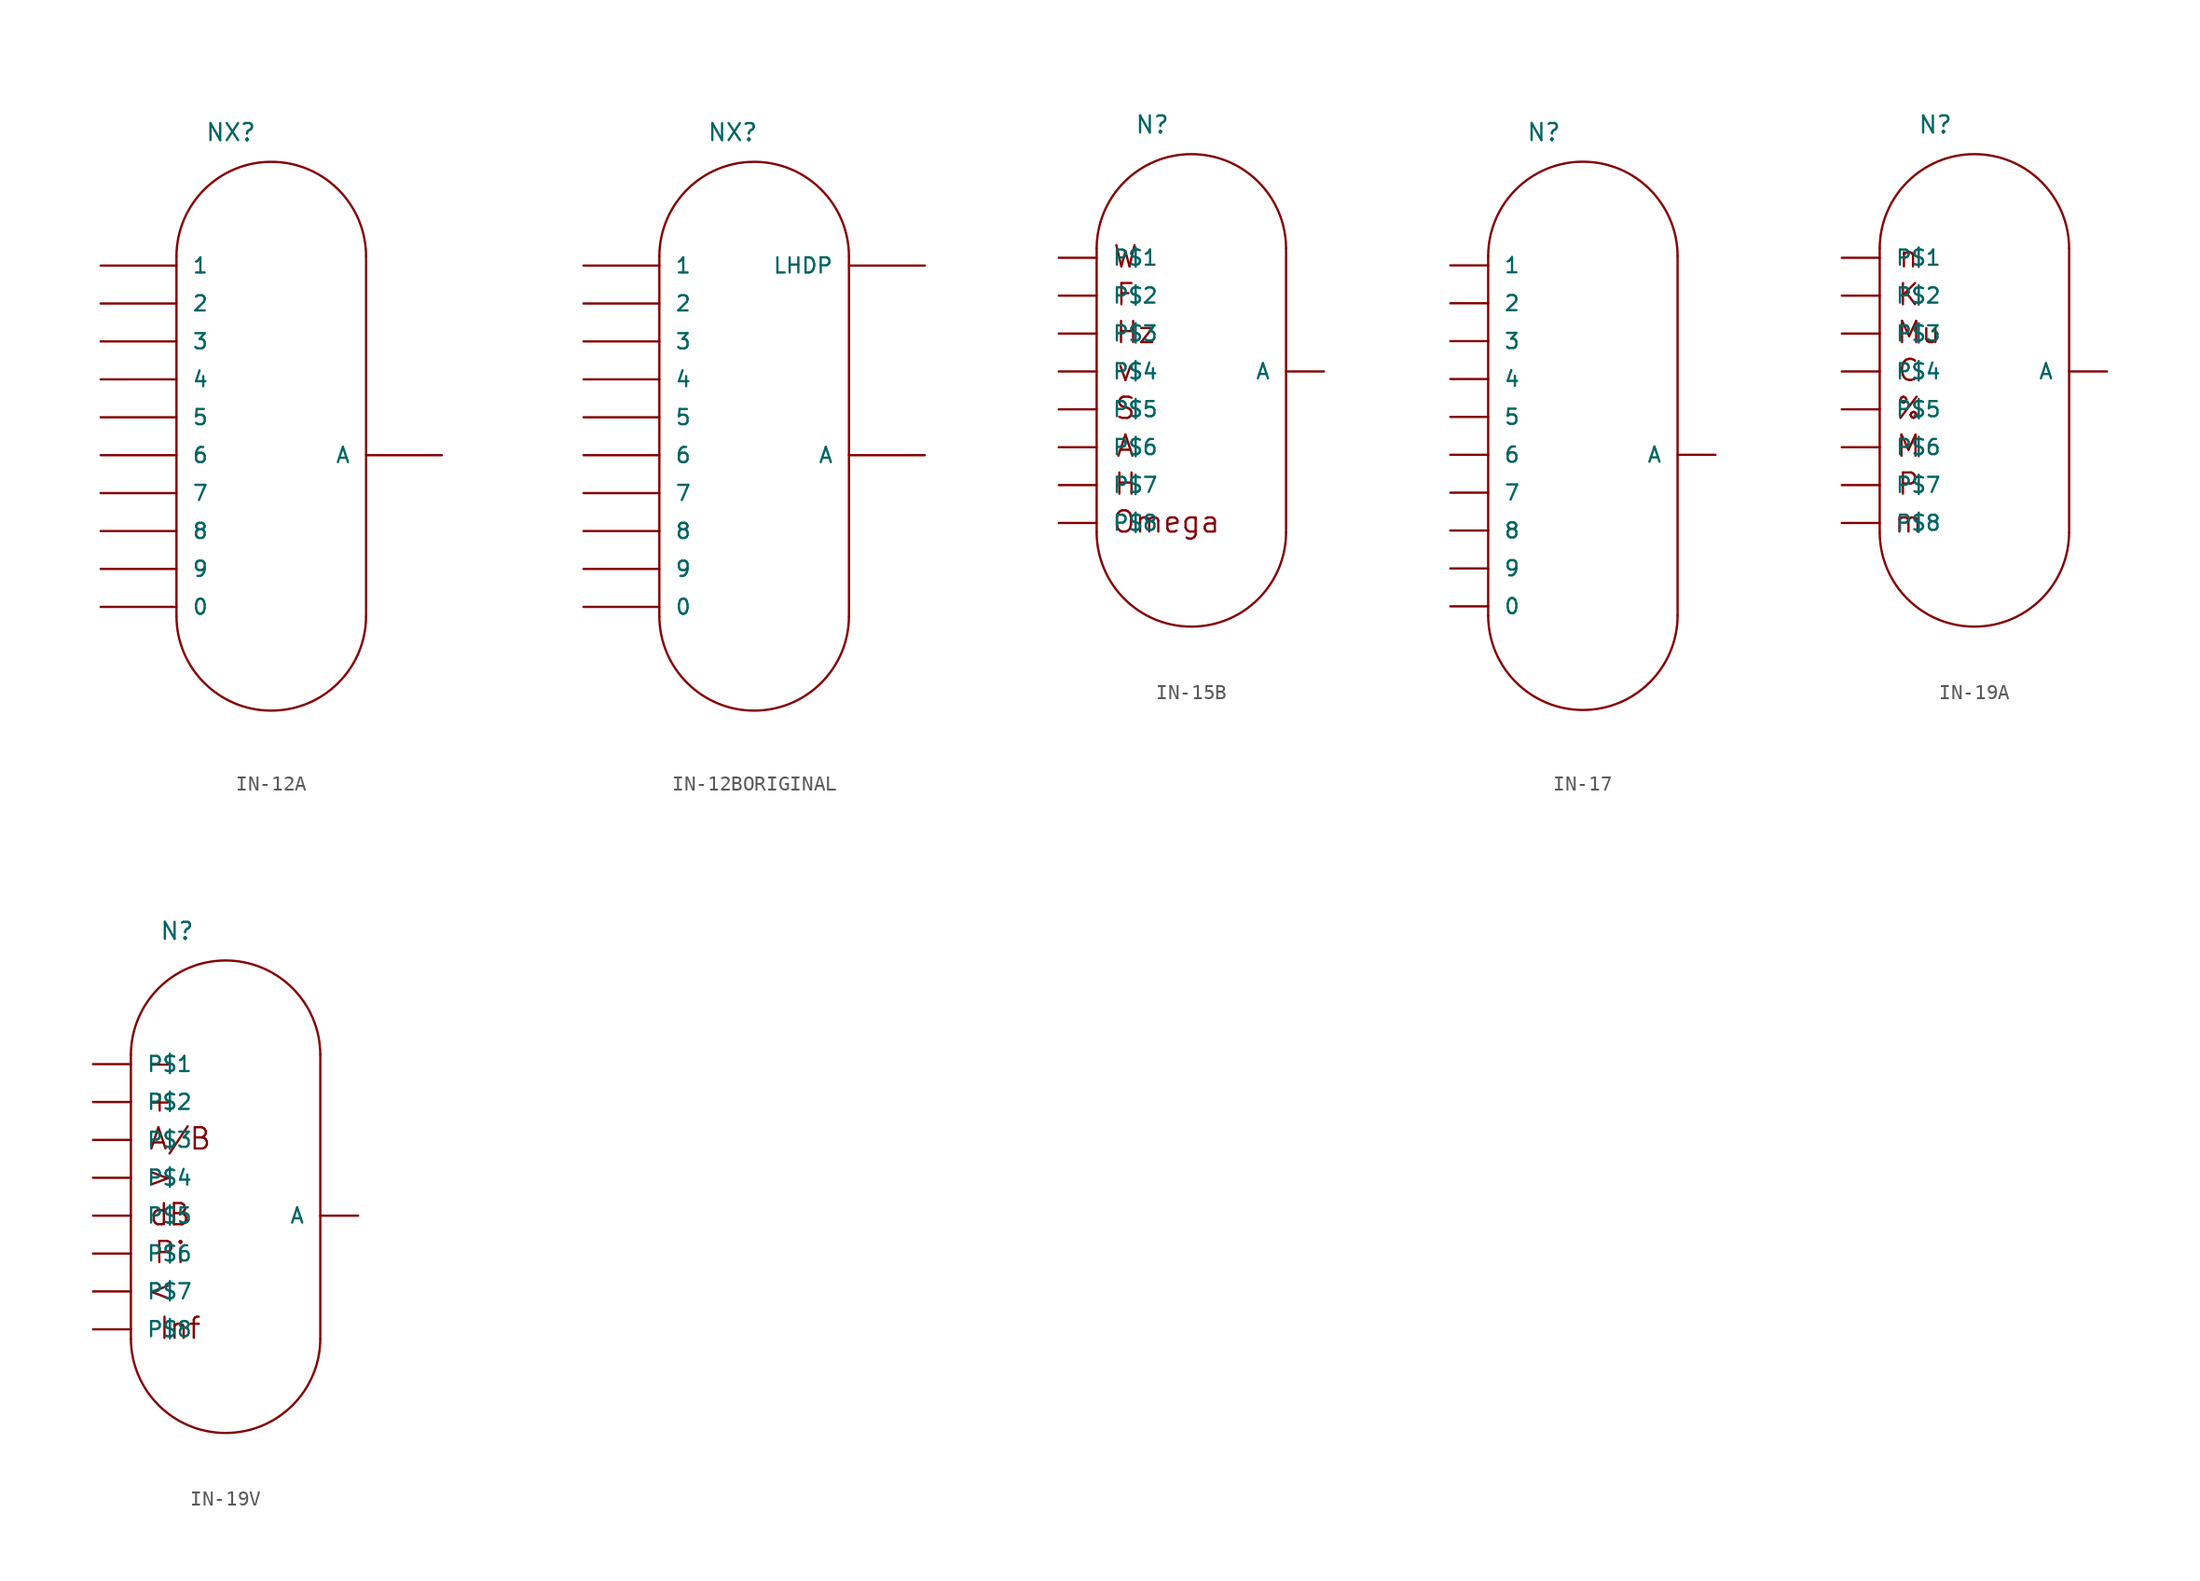
<source format=kicad_sym>
(kicad_symbol_lib
  (version 20211014)
  (generator kicad_symbol_editor)
  (symbol "IN-12A"
    (pin_numbers hide)
    (pin_names
      (offset 1.016))
    (property "Reference" "NX"
      (at -5.715 20.955 0)
      (effects (font (size 1.143 1.143)) (justify left bottom)))
    (property "ki_locked" ""
      (at 0 0 0)
      (effects (font (size 1.27 1.27))))
    (symbol "IN-12A_1_0"
      (polyline (pts (xy -7.62 -10.795) (xy -7.62 13.335)) (stroke (width 0) (type default) (color 0 0 0 0)) (fill (type none)))
      (polyline (pts (xy 5.08 -10.795) (xy 5.08 13.335)) (stroke (width 0) (type default) (color 0 0 0 0)) (fill (type none))))
    (symbol "IN-12A_1_1"
      (arc (start -7.62 -10.795) (mid -1.27 -17.145) (end 5.08 -10.795) (stroke (width 0) (type default) (color 0 0 0 0)) (fill (type none)))
      (arc (start 5.08 13.335) (mid -1.27 19.685) (end -7.62 13.335) (stroke (width 0) (type default) (color 0 0 0 0)) (fill (type none)))
      (pin bidirectional line (at -12.7 -10.16 0) (length 5.08) (name "0" (effects (font (size 1.016 1.016)))) (number "0" (effects (font (size 1.016 1.016)))))
      (pin bidirectional line (at -12.7 12.7 0) (length 5.08) (name "1" (effects (font (size 1.016 1.016)))) (number "1" (effects (font (size 1.016 1.016)))))
      (pin bidirectional line (at -12.7 10.16 0) (length 5.08) (name "2" (effects (font (size 1.016 1.016)))) (number "2" (effects (font (size 1.016 1.016)))))
      (pin bidirectional line (at -12.7 7.62 0) (length 5.08) (name "3" (effects (font (size 1.016 1.016)))) (number "3" (effects (font (size 1.016 1.016)))))
      (pin bidirectional line (at -12.7 5.08 0) (length 5.08) (name "4" (effects (font (size 1.016 1.016)))) (number "4" (effects (font (size 1.016 1.016)))))
      (pin bidirectional line (at -12.7 2.54 0) (length 5.08) (name "5" (effects (font (size 1.016 1.016)))) (number "5" (effects (font (size 1.016 1.016)))))
      (pin bidirectional line (at -12.7 0 0) (length 5.08) (name "6" (effects (font (size 1.016 1.016)))) (number "6" (effects (font (size 1.016 1.016)))))
      (pin bidirectional line (at -12.7 -2.54 0) (length 5.08) (name "7" (effects (font (size 1.016 1.016)))) (number "7" (effects (font (size 1.016 1.016)))))
      (pin bidirectional line (at -12.7 -5.08 0) (length 5.08) (name "8" (effects (font (size 1.016 1.016)))) (number "8" (effects (font (size 1.016 1.016)))))
      (pin bidirectional line (at -12.7 -7.62 0) (length 5.08) (name "9" (effects (font (size 1.016 1.016)))) (number "9" (effects (font (size 1.016 1.016)))))
      (pin bidirectional line (at 10.16 0 180) (length 5.08) (name "A" (effects (font (size 1.016 1.016)))) (number "A" (effects (font (size 1.016 1.016)))))))
  (symbol "IN-12BORIGINAL"
    (pin_numbers hide)
    (pin_names
      (offset 1.016))
    (property "Reference" "NX"
      (at -4.445 20.955 0)
      (effects (font (size 1.143 1.143)) (justify left bottom)))
    (property "ki_locked" ""
      (at 0 0 0)
      (effects (font (size 1.27 1.27))))
    (symbol "IN-12BORIGINAL_1_0"
      (polyline (pts (xy -7.62 -10.795) (xy -7.62 13.335)) (stroke (width 0) (type default) (color 0 0 0 0)) (fill (type none)))
      (polyline (pts (xy 5.08 -10.795) (xy 5.08 13.335)) (stroke (width 0) (type default) (color 0 0 0 0)) (fill (type none))))
    (symbol "IN-12BORIGINAL_1_1"
      (arc (start -7.62 -10.795) (mid -1.27 -17.145) (end 5.08 -10.795) (stroke (width 0) (type default) (color 0 0 0 0)) (fill (type none)))
      (arc (start 5.08 13.335) (mid -1.27 19.685) (end -7.62 13.335) (stroke (width 0) (type default) (color 0 0 0 0)) (fill (type none)))
      (pin bidirectional line (at -12.7 -10.16 0) (length 5.08) (name "0" (effects (font (size 1.016 1.016)))) (number "0" (effects (font (size 1.016 1.016)))))
      (pin bidirectional line (at -12.7 12.7 0) (length 5.08) (name "1" (effects (font (size 1.016 1.016)))) (number "1" (effects (font (size 1.016 1.016)))))
      (pin bidirectional line (at -12.7 10.16 0) (length 5.08) (name "2" (effects (font (size 1.016 1.016)))) (number "2" (effects (font (size 1.016 1.016)))))
      (pin bidirectional line (at -12.7 7.62 0) (length 5.08) (name "3" (effects (font (size 1.016 1.016)))) (number "3" (effects (font (size 1.016 1.016)))))
      (pin bidirectional line (at -12.7 5.08 0) (length 5.08) (name "4" (effects (font (size 1.016 1.016)))) (number "4" (effects (font (size 1.016 1.016)))))
      (pin bidirectional line (at -12.7 2.54 0) (length 5.08) (name "5" (effects (font (size 1.016 1.016)))) (number "5" (effects (font (size 1.016 1.016)))))
      (pin bidirectional line (at -12.7 0 0) (length 5.08) (name "6" (effects (font (size 1.016 1.016)))) (number "6" (effects (font (size 1.016 1.016)))))
      (pin bidirectional line (at -12.7 -2.54 0) (length 5.08) (name "7" (effects (font (size 1.016 1.016)))) (number "7" (effects (font (size 1.016 1.016)))))
      (pin bidirectional line (at -12.7 -5.08 0) (length 5.08) (name "8" (effects (font (size 1.016 1.016)))) (number "8" (effects (font (size 1.016 1.016)))))
      (pin bidirectional line (at -12.7 -7.62 0) (length 5.08) (name "9" (effects (font (size 1.016 1.016)))) (number "9" (effects (font (size 1.016 1.016)))))
      (pin bidirectional line (at 10.16 0 180) (length 5.08) (name "A" (effects (font (size 1.016 1.016)))) (number "A" (effects (font (size 1.016 1.016)))))
      (pin bidirectional line (at 10.16 12.7 180) (length 5.08) (name "LHDP" (effects (font (size 1.016 1.016)))) (number "LHDP" (effects (font (size 1.016 1.016)))))))
  (symbol "IN-15B"
    (pin_numbers hide)
    (pin_names
      (offset 1.016))
    (property "Reference" "N"
      (at -2.54 20.955 0)
      (effects (font (size 1.143 1.143)) (justify left bottom)))
    (property "ki_locked" ""
      (at 0 0 0)
      (effects (font (size 1.27 1.27))))
    (symbol "IN-15B_1_0"
      (polyline (pts (xy -5.08 -5.715) (xy -5.08 13.335)) (stroke (width 0) (type default) (color 0 0 0 0)) (fill (type none)))
      (polyline (pts (xy 7.62 -5.715) (xy 7.62 13.335)) (stroke (width 0) (type default) (color 0 0 0 0)) (fill (type none)))
      (text "A" (at -3.15 0.076 0) (effects (font (size 1.422 1.422))))
      (text "F" (at -3.15 10.236 0) (effects (font (size 1.422 1.422))))
      (text "H" (at -3.15 -2.464 0) (effects (font (size 1.422 1.422))))
      (text "Hz" (at -2.464 7.696 0) (effects (font (size 1.422 1.422))))
      (text "Omega" (at -0.406 -5.004 0) (effects (font (size 1.422 1.422))))
      (text "S" (at -3.15 2.616 0) (effects (font (size 1.422 1.422))))
      (text "v" (at -3.15 5.156 0) (effects (font (size 1.422 1.422))))
      (text "W" (at -3.15 12.776 0) (effects (font (size 1.422 1.422)))))
    (symbol "IN-15B_1_1"
      (arc (start -5.08 -5.715) (mid 1.27 -12.065) (end 7.62 -5.715) (stroke (width 0) (type default) (color 0 0 0 0)) (fill (type none)))
      (arc (start 7.62 13.335) (mid 1.27 19.685) (end -5.08 13.335) (stroke (width 0) (type default) (color 0 0 0 0)) (fill (type none)))
      (pin bidirectional line (at -7.62 12.7 0) (length 2.54) (name "P$1" (effects (font (size 1.016 1.016)))) (number "0" (effects (font (size 1.016 1.016)))))
      (pin bidirectional line (at -7.62 0 0) (length 2.54) (name "P$6" (effects (font (size 1.016 1.016)))) (number "1" (effects (font (size 1.016 1.016)))))
      (pin bidirectional line (at -7.62 -5.08 0) (length 2.54) (name "P$8" (effects (font (size 1.016 1.016)))) (number "2" (effects (font (size 1.016 1.016)))))
      (pin bidirectional line (at -7.62 2.54 0) (length 2.54) (name "P$5" (effects (font (size 1.016 1.016)))) (number "4" (effects (font (size 1.016 1.016)))))
      (pin bidirectional line (at -7.62 5.08 0) (length 2.54) (name "P$4" (effects (font (size 1.016 1.016)))) (number "5" (effects (font (size 1.016 1.016)))))
      (pin bidirectional line (at -7.62 -2.54 0) (length 2.54) (name "P$7" (effects (font (size 1.016 1.016)))) (number "6" (effects (font (size 1.016 1.016)))))
      (pin bidirectional line (at -7.62 7.62 0) (length 2.54) (name "P$3" (effects (font (size 1.016 1.016)))) (number "7" (effects (font (size 1.016 1.016)))))
      (pin bidirectional line (at -7.62 10.16 0) (length 2.54) (name "P$2" (effects (font (size 1.016 1.016)))) (number "9" (effects (font (size 1.016 1.016)))))
      (pin bidirectional line (at 10.16 5.08 180) (length 2.54) (name "A" (effects (font (size 1.016 1.016)))) (number "A" (effects (font (size 1.016 1.016)))))))
  (symbol "IN-17"
    (pin_numbers hide)
    (pin_names
      (offset 1.016))
    (property "Reference" "N"
      (at -2.54 20.955 0)
      (effects (font (size 1.143 1.143)) (justify left bottom)))
    (property "ki_locked" ""
      (at 0 0 0)
      (effects (font (size 1.27 1.27))))
    (symbol "IN-17_1_0"
      (polyline (pts (xy -5.08 -10.795) (xy -5.08 13.335)) (stroke (width 0) (type default) (color 0 0 0 0)) (fill (type none)))
      (polyline (pts (xy 7.62 -10.795) (xy 7.62 13.335)) (stroke (width 0) (type default) (color 0 0 0 0)) (fill (type none))))
    (symbol "IN-17_1_1"
      (arc (start -5.08 -10.795) (mid 1.27 -17.145) (end 7.62 -10.795) (stroke (width 0) (type default) (color 0 0 0 0)) (fill (type none)))
      (arc (start 7.62 13.335) (mid 1.27 19.685) (end -5.08 13.335) (stroke (width 0) (type default) (color 0 0 0 0)) (fill (type none)))
      (pin bidirectional line (at -7.62 -10.16 0) (length 2.54) (name "0" (effects (font (size 1.016 1.016)))) (number "0" (effects (font (size 1.016 1.016)))))
      (pin bidirectional line (at -7.62 12.7 0) (length 2.54) (name "1" (effects (font (size 1.016 1.016)))) (number "1" (effects (font (size 1.016 1.016)))))
      (pin bidirectional line (at -7.62 10.16 0) (length 2.54) (name "2" (effects (font (size 1.016 1.016)))) (number "2" (effects (font (size 1.016 1.016)))))
      (pin bidirectional line (at -7.62 7.62 0) (length 2.54) (name "3" (effects (font (size 1.016 1.016)))) (number "3" (effects (font (size 1.016 1.016)))))
      (pin bidirectional line (at -7.62 5.08 0) (length 2.54) (name "4" (effects (font (size 1.016 1.016)))) (number "4" (effects (font (size 1.016 1.016)))))
      (pin bidirectional line (at -7.62 2.54 0) (length 2.54) (name "5" (effects (font (size 1.016 1.016)))) (number "5" (effects (font (size 1.016 1.016)))))
      (pin bidirectional line (at -7.62 0 0) (length 2.54) (name "6" (effects (font (size 1.016 1.016)))) (number "6" (effects (font (size 1.016 1.016)))))
      (pin bidirectional line (at -7.62 -2.54 0) (length 2.54) (name "7" (effects (font (size 1.016 1.016)))) (number "7" (effects (font (size 1.016 1.016)))))
      (pin bidirectional line (at -7.62 -5.08 0) (length 2.54) (name "8" (effects (font (size 1.016 1.016)))) (number "8" (effects (font (size 1.016 1.016)))))
      (pin bidirectional line (at -7.62 -7.62 0) (length 2.54) (name "9" (effects (font (size 1.016 1.016)))) (number "9" (effects (font (size 1.016 1.016)))))
      (pin bidirectional line (at 10.16 0 180) (length 2.54) (name "A" (effects (font (size 1.016 1.016)))) (number "A" (effects (font (size 1.016 1.016)))))))
  (symbol "IN-19A"
    (pin_numbers hide)
    (pin_names
      (offset 1.016))
    (property "Reference" "N"
      (at -2.54 20.955 0)
      (effects (font (size 1.143 1.143)) (justify left bottom)))
    (property "ki_locked" ""
      (at 0 0 0)
      (effects (font (size 1.27 1.27))))
    (symbol "IN-19A_1_0"
      (polyline (pts (xy -5.08 -5.715) (xy -5.08 13.335)) (stroke (width 0) (type default) (color 0 0 0 0)) (fill (type none)))
      (polyline (pts (xy 7.62 -5.715) (xy 7.62 13.335)) (stroke (width 0) (type default) (color 0 0 0 0)) (fill (type none)))
      (text "%" (at -3.15 2.616 0) (effects (font (size 1.422 1.422))))
      (text "C" (at -3.15 5.156 0) (effects (font (size 1.422 1.422))))
      (text "K" (at -3.15 10.236 0) (effects (font (size 1.422 1.422))))
      (text "m" (at -3.15 -5.004 0) (effects (font (size 1.422 1.422))))
      (text "M" (at -3.15 0.076 0) (effects (font (size 1.422 1.422))))
      (text "Mu" (at -2.464 7.696 0) (effects (font (size 1.422 1.422))))
      (text "n" (at -3.15 12.776 0) (effects (font (size 1.422 1.422))))
      (text "P" (at -3.15 -2.464 0) (effects (font (size 1.422 1.422)))))
    (symbol "IN-19A_1_1"
      (arc (start -5.08 -5.715) (mid 1.27 -12.065) (end 7.62 -5.715) (stroke (width 0) (type default) (color 0 0 0 0)) (fill (type none)))
      (arc (start 7.62 13.335) (mid 1.27 19.685) (end -5.08 13.335) (stroke (width 0) (type default) (color 0 0 0 0)) (fill (type none)))
      (pin bidirectional line (at -7.62 10.16 0) (length 2.54) (name "P$2" (effects (font (size 1.016 1.016)))) (number "10" (effects (font (size 1.016 1.016)))))
      (pin bidirectional line (at -7.62 12.7 0) (length 2.54) (name "P$1" (effects (font (size 1.016 1.016)))) (number "11" (effects (font (size 1.016 1.016)))))
      (pin bidirectional line (at -7.62 7.62 0) (length 2.54) (name "P$3" (effects (font (size 1.016 1.016)))) (number "12" (effects (font (size 1.016 1.016)))))
      (pin bidirectional line (at -7.62 5.08 0) (length 2.54) (name "P$4" (effects (font (size 1.016 1.016)))) (number "14" (effects (font (size 1.016 1.016)))))
      (pin bidirectional line (at -7.62 2.54 0) (length 2.54) (name "P$5" (effects (font (size 1.016 1.016)))) (number "2" (effects (font (size 1.016 1.016)))))
      (pin bidirectional line (at -7.62 0 0) (length 2.54) (name "P$6" (effects (font (size 1.016 1.016)))) (number "4" (effects (font (size 1.016 1.016)))))
      (pin bidirectional line (at -7.62 -2.54 0) (length 2.54) (name "P$7" (effects (font (size 1.016 1.016)))) (number "5" (effects (font (size 1.016 1.016)))))
      (pin bidirectional line (at -7.62 -5.08 0) (length 2.54) (name "P$8" (effects (font (size 1.016 1.016)))) (number "6" (effects (font (size 1.016 1.016)))))
      (pin bidirectional line (at 10.16 5.08 180) (length 2.54) (name "A" (effects (font (size 1.016 1.016)))) (number "8" (effects (font (size 1.016 1.016)))))))
  (symbol "IN-19V"
    (pin_numbers hide)
    (pin_names
      (offset 1.016))
    (property "Reference" "N"
      (at -3.175 20.955 0)
      (effects (font (size 1.143 1.143)) (justify left bottom)))
    (property "ki_locked" ""
      (at 0 0 0)
      (effects (font (size 1.27 1.27))))
    (symbol "IN-19V_1_0"
      (polyline (pts (xy -5.08 -5.715) (xy -5.08 13.335)) (stroke (width 0) (type default) (color 0 0 0 0)) (fill (type none)))
      (polyline (pts (xy 7.62 -5.715) (xy 7.62 13.335)) (stroke (width 0) (type default) (color 0 0 0 0)) (fill (type none)))
      (text "+" (at -3.15 10.236 0) (effects (font (size 1.422 1.422))))
      (text "-" (at -3.15 12.776 0) (effects (font (size 1.422 1.422))))
      (text "<" (at -3.15 -2.464 0) (effects (font (size 1.422 1.422))))
      (text ">" (at -3.15 5.156 0) (effects (font (size 1.422 1.422))))
      (text "A/B" (at -1.778 7.696 0) (effects (font (size 1.422 1.422))))
      (text "dB" (at -2.464 2.616 0) (effects (font (size 1.422 1.422))))
      (text "Inf" (at -1.778 -5.004 0) (effects (font (size 1.422 1.422))))
      (text "Pi" (at -2.464 0.076 0) (effects (font (size 1.422 1.422)))))
    (symbol "IN-19V_1_1"
      (arc (start -5.08 -5.715) (mid 1.27 -12.065) (end 7.62 -5.715) (stroke (width 0) (type default) (color 0 0 0 0)) (fill (type none)))
      (arc (start 7.62 13.335) (mid 1.27 19.685) (end -5.08 13.335) (stroke (width 0) (type default) (color 0 0 0 0)) (fill (type none)))
      (pin bidirectional line (at -7.62 12.7 0) (length 2.54) (name "P$1" (effects (font (size 1.016 1.016)))) (number "10" (effects (font (size 1.016 1.016)))))
      (pin bidirectional line (at -7.62 5.08 0) (length 2.54) (name "P$4" (effects (font (size 1.016 1.016)))) (number "11" (effects (font (size 1.016 1.016)))))
      (pin bidirectional line (at -7.62 10.16 0) (length 2.54) (name "P$2" (effects (font (size 1.016 1.016)))) (number "12" (effects (font (size 1.016 1.016)))))
      (pin bidirectional line (at -7.62 2.54 0) (length 2.54) (name "P$5" (effects (font (size 1.016 1.016)))) (number "14" (effects (font (size 1.016 1.016)))))
      (pin bidirectional line (at -7.62 0 0) (length 2.54) (name "P$6" (effects (font (size 1.016 1.016)))) (number "2" (effects (font (size 1.016 1.016)))))
      (pin bidirectional line (at -7.62 7.62 0) (length 2.54) (name "P$3" (effects (font (size 1.016 1.016)))) (number "4" (effects (font (size 1.016 1.016)))))
      (pin bidirectional line (at -7.62 -5.08 0) (length 2.54) (name "P$8" (effects (font (size 1.016 1.016)))) (number "5" (effects (font (size 1.016 1.016)))))
      (pin bidirectional line (at -7.62 -2.54 0) (length 2.54) (name "P$7" (effects (font (size 1.016 1.016)))) (number "6" (effects (font (size 1.016 1.016)))))
      (pin bidirectional line (at 10.16 2.54 180) (length 2.54) (name "A" (effects (font (size 1.016 1.016)))) (number "8" (effects (font (size 1.016 1.016))))))))
</source>
